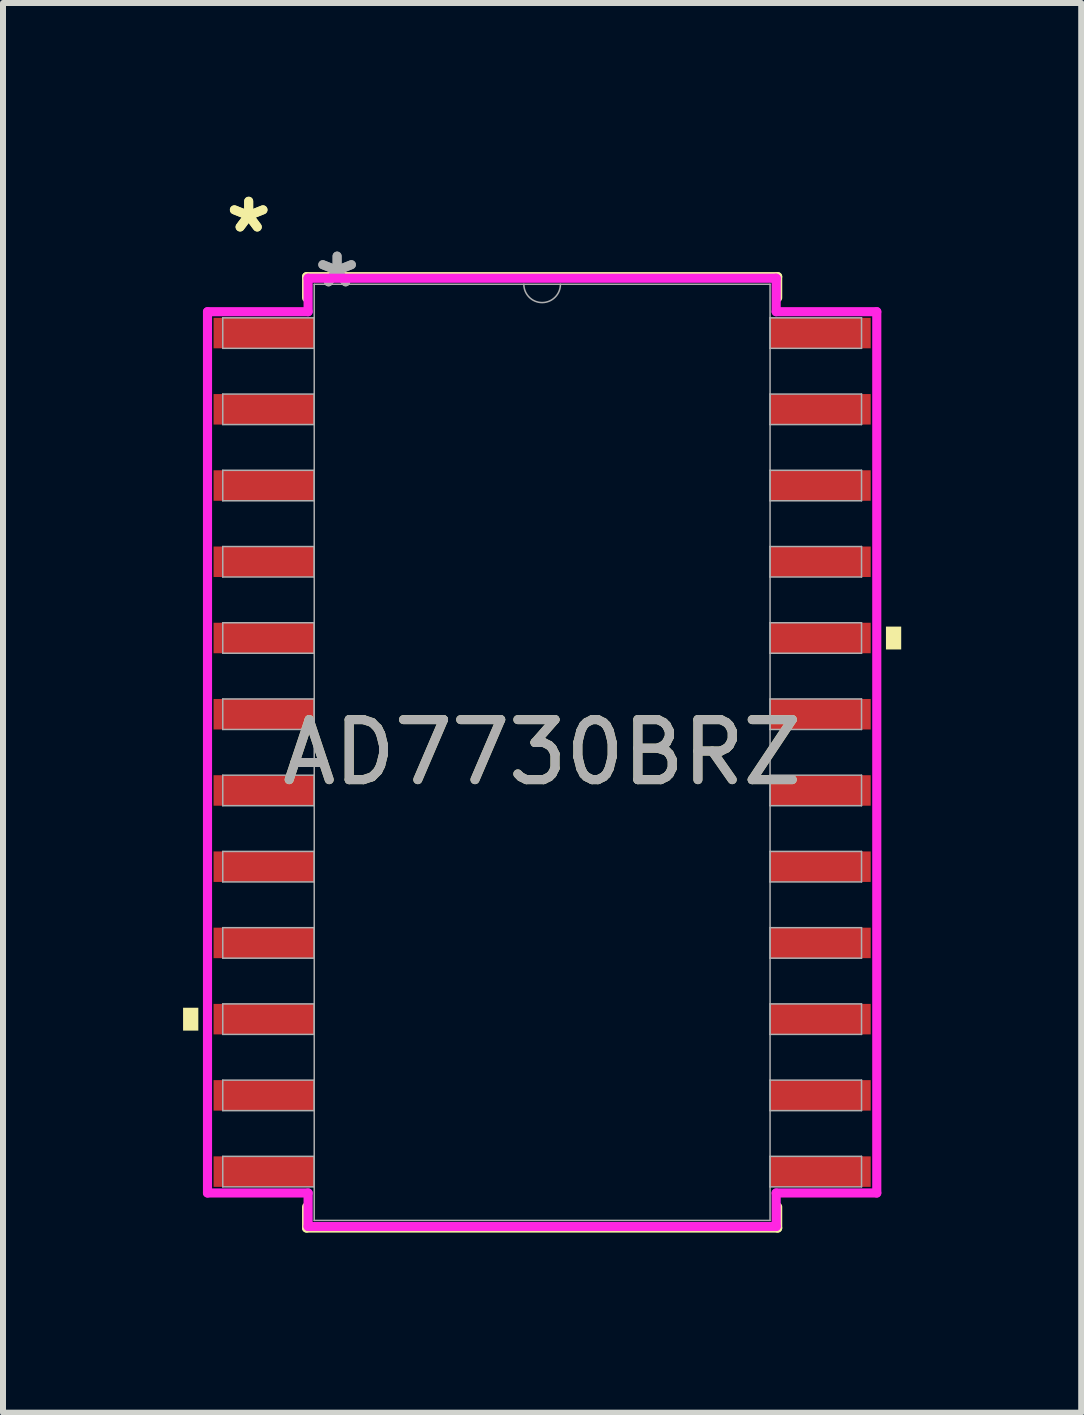
<source format=kicad_pcb>
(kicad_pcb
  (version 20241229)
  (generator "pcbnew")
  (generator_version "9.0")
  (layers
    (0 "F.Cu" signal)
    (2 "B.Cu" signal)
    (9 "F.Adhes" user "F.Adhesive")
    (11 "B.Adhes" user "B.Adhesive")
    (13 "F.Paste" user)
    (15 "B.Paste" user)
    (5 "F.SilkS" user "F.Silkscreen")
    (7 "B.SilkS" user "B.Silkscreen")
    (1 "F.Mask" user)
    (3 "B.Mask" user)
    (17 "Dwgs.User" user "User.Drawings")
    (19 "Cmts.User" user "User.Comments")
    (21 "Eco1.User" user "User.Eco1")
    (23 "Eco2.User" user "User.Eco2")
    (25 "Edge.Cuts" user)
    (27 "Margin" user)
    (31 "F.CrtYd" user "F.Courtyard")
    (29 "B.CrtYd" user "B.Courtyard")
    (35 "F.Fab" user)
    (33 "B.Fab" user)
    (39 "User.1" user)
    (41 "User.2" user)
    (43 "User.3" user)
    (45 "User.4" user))
  (footprint "AD7730BRZ"
    (layer "F.Cu")
    (at 5.982 9.484)
    (property "Reference" "AD7730BRZ" (at 0 0 0) (unlocked yes) (layer "F.SilkS") (effects (font (size 1 1) (thickness 0.15))))
    (attr smd)
    (fp_line (start -3.924 -7.925) (end -3.924 -7.572) (stroke (width 0.152) (type solid)) (layer "F.SilkS"))
    (fp_line (start -3.924 7.572) (end -3.924 7.925) (stroke (width 0.152) (type solid)) (layer "F.SilkS"))
    (fp_line (start -3.924 7.925) (end 3.924 7.925) (stroke (width 0.152) (type solid)) (layer "F.SilkS"))
    (fp_line (start 3.924 -7.925) (end -3.924 -7.925) (stroke (width 0.152) (type solid)) (layer "F.SilkS"))
    (fp_line (start 3.924 -7.572) (end 3.924 -7.925) (stroke (width 0.152) (type solid)) (layer "F.SilkS"))
    (fp_line (start 3.924 7.925) (end 3.924 7.572) (stroke (width 0.152) (type solid)) (layer "F.SilkS"))
    (fp_poly (pts (xy -5.982 4.255) (xy -5.982 4.636) (xy -5.728 4.636) (xy -5.728 4.255)) (stroke (width 0) (type solid)) (fill yes) (layer "F.SilkS"))
    (fp_poly (pts (xy 5.982 -2.095) (xy 5.982 -1.714) (xy 5.728 -1.714) (xy 5.728 -2.095)) (stroke (width 0) (type solid)) (fill yes) (layer "F.SilkS"))
    (fp_line (start -5.575 -7.341) (end -3.899 -7.341) (stroke (width 0.152) (type solid)) (layer "F.CrtYd"))
    (fp_line (start -5.575 7.341) (end -5.575 -7.341) (stroke (width 0.152) (type solid)) (layer "F.CrtYd"))
    (fp_line (start -5.575 7.341) (end -3.899 7.341) (stroke (width 0.152) (type solid)) (layer "F.CrtYd"))
    (fp_line (start -3.899 -7.899) (end 3.899 -7.899) (stroke (width 0.152) (type solid)) (layer "F.CrtYd"))
    (fp_line (start -3.899 -7.341) (end -3.899 -7.899) (stroke (width 0.152) (type solid)) (layer "F.CrtYd"))
    (fp_line (start -3.899 7.899) (end -3.899 7.341) (stroke (width 0.152) (type solid)) (layer "F.CrtYd"))
    (fp_line (start 3.899 -7.899) (end 3.899 -7.341) (stroke (width 0.152) (type solid)) (layer "F.CrtYd"))
    (fp_line (start 3.899 7.341) (end 3.899 7.899) (stroke (width 0.152) (type solid)) (layer "F.CrtYd"))
    (fp_line (start 3.899 7.899) (end -3.899 7.899) (stroke (width 0.152) (type solid)) (layer "F.CrtYd"))
    (fp_line (start 5.575 -7.341) (end 3.899 -7.341) (stroke (width 0.152) (type solid)) (layer "F.CrtYd"))
    (fp_line (start 5.575 -7.341) (end 5.575 7.341) (stroke (width 0.152) (type solid)) (layer "F.CrtYd"))
    (fp_line (start 5.575 7.341) (end 3.899 7.341) (stroke (width 0.152) (type solid)) (layer "F.CrtYd"))
    (fp_line (start -5.321 -7.239) (end -5.321 -6.731) (stroke (width 0.025) (type solid)) (layer "F.Fab"))
    (fp_line (start -5.321 -6.731) (end -3.797 -6.731) (stroke (width 0.025) (type solid)) (layer "F.Fab"))
    (fp_line (start -5.321 -5.969) (end -5.321 -5.461) (stroke (width 0.025) (type solid)) (layer "F.Fab"))
    (fp_line (start -5.321 -5.461) (end -3.797 -5.461) (stroke (width 0.025) (type solid)) (layer "F.Fab"))
    (fp_line (start -5.321 -4.699) (end -5.321 -4.191) (stroke (width 0.025) (type solid)) (layer "F.Fab"))
    (fp_line (start -5.321 -4.191) (end -3.797 -4.191) (stroke (width 0.025) (type solid)) (layer "F.Fab"))
    (fp_line (start -5.321 -3.429) (end -5.321 -2.921) (stroke (width 0.025) (type solid)) (layer "F.Fab"))
    (fp_line (start -5.321 -2.921) (end -3.797 -2.921) (stroke (width 0.025) (type solid)) (layer "F.Fab"))
    (fp_line (start -5.321 -2.159) (end -5.321 -1.651) (stroke (width 0.025) (type solid)) (layer "F.Fab"))
    (fp_line (start -5.321 -1.651) (end -3.797 -1.651) (stroke (width 0.025) (type solid)) (layer "F.Fab"))
    (fp_line (start -5.321 -0.889) (end -5.321 -0.381) (stroke (width 0.025) (type solid)) (layer "F.Fab"))
    (fp_line (start -5.321 -0.381) (end -3.797 -0.381) (stroke (width 0.025) (type solid)) (layer "F.Fab"))
    (fp_line (start -5.321 0.381) (end -5.321 0.889) (stroke (width 0.025) (type solid)) (layer "F.Fab"))
    (fp_line (start -5.321 0.889) (end -3.797 0.889) (stroke (width 0.025) (type solid)) (layer "F.Fab"))
    (fp_line (start -5.321 1.651) (end -5.321 2.159) (stroke (width 0.025) (type solid)) (layer "F.Fab"))
    (fp_line (start -5.321 2.159) (end -3.797 2.159) (stroke (width 0.025) (type solid)) (layer "F.Fab"))
    (fp_line (start -5.321 2.921) (end -5.321 3.429) (stroke (width 0.025) (type solid)) (layer "F.Fab"))
    (fp_line (start -5.321 3.429) (end -3.797 3.429) (stroke (width 0.025) (type solid)) (layer "F.Fab"))
    (fp_line (start -5.321 4.191) (end -5.321 4.699) (stroke (width 0.025) (type solid)) (layer "F.Fab"))
    (fp_line (start -5.321 4.699) (end -3.797 4.699) (stroke (width 0.025) (type solid)) (layer "F.Fab"))
    (fp_line (start -5.321 5.461) (end -5.321 5.969) (stroke (width 0.025) (type solid)) (layer "F.Fab"))
    (fp_line (start -5.321 5.969) (end -3.797 5.969) (stroke (width 0.025) (type solid)) (layer "F.Fab"))
    (fp_line (start -5.321 6.731) (end -5.321 7.239) (stroke (width 0.025) (type solid)) (layer "F.Fab"))
    (fp_line (start -5.321 7.239) (end -3.797 7.239) (stroke (width 0.025) (type solid)) (layer "F.Fab"))
    (fp_line (start -3.797 -7.798) (end -3.797 7.798) (stroke (width 0.025) (type solid)) (layer "F.Fab"))
    (fp_line (start -3.797 -7.239) (end -5.321 -7.239) (stroke (width 0.025) (type solid)) (layer "F.Fab"))
    (fp_line (start -3.797 -6.731) (end -3.797 -7.239) (stroke (width 0.025) (type solid)) (layer "F.Fab"))
    (fp_line (start -3.797 -5.969) (end -5.321 -5.969) (stroke (width 0.025) (type solid)) (layer "F.Fab"))
    (fp_line (start -3.797 -5.461) (end -3.797 -5.969) (stroke (width 0.025) (type solid)) (layer "F.Fab"))
    (fp_line (start -3.797 -4.699) (end -5.321 -4.699) (stroke (width 0.025) (type solid)) (layer "F.Fab"))
    (fp_line (start -3.797 -4.191) (end -3.797 -4.699) (stroke (width 0.025) (type solid)) (layer "F.Fab"))
    (fp_line (start -3.797 -3.429) (end -5.321 -3.429) (stroke (width 0.025) (type solid)) (layer "F.Fab"))
    (fp_line (start -3.797 -2.921) (end -3.797 -3.429) (stroke (width 0.025) (type solid)) (layer "F.Fab"))
    (fp_line (start -3.797 -2.159) (end -5.321 -2.159) (stroke (width 0.025) (type solid)) (layer "F.Fab"))
    (fp_line (start -3.797 -1.651) (end -3.797 -2.159) (stroke (width 0.025) (type solid)) (layer "F.Fab"))
    (fp_line (start -3.797 -0.889) (end -5.321 -0.889) (stroke (width 0.025) (type solid)) (layer "F.Fab"))
    (fp_line (start -3.797 -0.381) (end -3.797 -0.889) (stroke (width 0.025) (type solid)) (layer "F.Fab"))
    (fp_line (start -3.797 0.381) (end -5.321 0.381) (stroke (width 0.025) (type solid)) (layer "F.Fab"))
    (fp_line (start -3.797 0.889) (end -3.797 0.381) (stroke (width 0.025) (type solid)) (layer "F.Fab"))
    (fp_line (start -3.797 1.651) (end -5.321 1.651) (stroke (width 0.025) (type solid)) (layer "F.Fab"))
    (fp_line (start -3.797 2.159) (end -3.797 1.651) (stroke (width 0.025) (type solid)) (layer "F.Fab"))
    (fp_line (start -3.797 2.921) (end -5.321 2.921) (stroke (width 0.025) (type solid)) (layer "F.Fab"))
    (fp_line (start -3.797 3.429) (end -3.797 2.921) (stroke (width 0.025) (type solid)) (layer "F.Fab"))
    (fp_line (start -3.797 4.191) (end -5.321 4.191) (stroke (width 0.025) (type solid)) (layer "F.Fab"))
    (fp_line (start -3.797 4.699) (end -3.797 4.191) (stroke (width 0.025) (type solid)) (layer "F.Fab"))
    (fp_line (start -3.797 5.461) (end -5.321 5.461) (stroke (width 0.025) (type solid)) (layer "F.Fab"))
    (fp_line (start -3.797 5.969) (end -3.797 5.461) (stroke (width 0.025) (type solid)) (layer "F.Fab"))
    (fp_line (start -3.797 6.731) (end -5.321 6.731) (stroke (width 0.025) (type solid)) (layer "F.Fab"))
    (fp_line (start -3.797 7.239) (end -3.797 6.731) (stroke (width 0.025) (type solid)) (layer "F.Fab"))
    (fp_line (start -3.797 7.798) (end 3.797 7.798) (stroke (width 0.025) (type solid)) (layer "F.Fab"))
    (fp_line (start 3.797 -7.798) (end -3.797 -7.798) (stroke (width 0.025) (type solid)) (layer "F.Fab"))
    (fp_line (start 3.797 -7.239) (end 3.797 -6.731) (stroke (width 0.025) (type solid)) (layer "F.Fab"))
    (fp_line (start 3.797 -6.731) (end 5.321 -6.731) (stroke (width 0.025) (type solid)) (layer "F.Fab"))
    (fp_line (start 3.797 -5.969) (end 3.797 -5.461) (stroke (width 0.025) (type solid)) (layer "F.Fab"))
    (fp_line (start 3.797 -5.461) (end 5.321 -5.461) (stroke (width 0.025) (type solid)) (layer "F.Fab"))
    (fp_line (start 3.797 -4.699) (end 3.797 -4.191) (stroke (width 0.025) (type solid)) (layer "F.Fab"))
    (fp_line (start 3.797 -4.191) (end 5.321 -4.191) (stroke (width 0.025) (type solid)) (layer "F.Fab"))
    (fp_line (start 3.797 -3.429) (end 3.797 -2.921) (stroke (width 0.025) (type solid)) (layer "F.Fab"))
    (fp_line (start 3.797 -2.921) (end 5.321 -2.921) (stroke (width 0.025) (type solid)) (layer "F.Fab"))
    (fp_line (start 3.797 -2.159) (end 3.797 -1.651) (stroke (width 0.025) (type solid)) (layer "F.Fab"))
    (fp_line (start 3.797 -1.651) (end 5.321 -1.651) (stroke (width 0.025) (type solid)) (layer "F.Fab"))
    (fp_line (start 3.797 -0.889) (end 3.797 -0.381) (stroke (width 0.025) (type solid)) (layer "F.Fab"))
    (fp_line (start 3.797 -0.381) (end 5.321 -0.381) (stroke (width 0.025) (type solid)) (layer "F.Fab"))
    (fp_line (start 3.797 0.381) (end 3.797 0.889) (stroke (width 0.025) (type solid)) (layer "F.Fab"))
    (fp_line (start 3.797 0.889) (end 5.321 0.889) (stroke (width 0.025) (type solid)) (layer "F.Fab"))
    (fp_line (start 3.797 1.651) (end 3.797 2.159) (stroke (width 0.025) (type solid)) (layer "F.Fab"))
    (fp_line (start 3.797 2.159) (end 5.321 2.159) (stroke (width 0.025) (type solid)) (layer "F.Fab"))
    (fp_line (start 3.797 2.921) (end 3.797 3.429) (stroke (width 0.025) (type solid)) (layer "F.Fab"))
    (fp_line (start 3.797 3.429) (end 5.321 3.429) (stroke (width 0.025) (type solid)) (layer "F.Fab"))
    (fp_line (start 3.797 4.191) (end 3.797 4.699) (stroke (width 0.025) (type solid)) (layer "F.Fab"))
    (fp_line (start 3.797 4.699) (end 5.321 4.699) (stroke (width 0.025) (type solid)) (layer "F.Fab"))
    (fp_line (start 3.797 5.461) (end 3.797 5.969) (stroke (width 0.025) (type solid)) (layer "F.Fab"))
    (fp_line (start 3.797 5.969) (end 5.321 5.969) (stroke (width 0.025) (type solid)) (layer "F.Fab"))
    (fp_line (start 3.797 6.731) (end 3.797 7.239) (stroke (width 0.025) (type solid)) (layer "F.Fab"))
    (fp_line (start 3.797 7.239) (end 5.321 7.239) (stroke (width 0.025) (type solid)) (layer "F.Fab"))
    (fp_line (start 3.797 7.798) (end 3.797 -7.798) (stroke (width 0.025) (type solid)) (layer "F.Fab"))
    (fp_line (start 5.321 -7.239) (end 3.797 -7.239) (stroke (width 0.025) (type solid)) (layer "F.Fab"))
    (fp_line (start 5.321 -6.731) (end 5.321 -7.239) (stroke (width 0.025) (type solid)) (layer "F.Fab"))
    (fp_line (start 5.321 -5.969) (end 3.797 -5.969) (stroke (width 0.025) (type solid)) (layer "F.Fab"))
    (fp_line (start 5.321 -5.461) (end 5.321 -5.969) (stroke (width 0.025) (type solid)) (layer "F.Fab"))
    (fp_line (start 5.321 -4.699) (end 3.797 -4.699) (stroke (width 0.025) (type solid)) (layer "F.Fab"))
    (fp_line (start 5.321 -4.191) (end 5.321 -4.699) (stroke (width 0.025) (type solid)) (layer "F.Fab"))
    (fp_line (start 5.321 -3.429) (end 3.797 -3.429) (stroke (width 0.025) (type solid)) (layer "F.Fab"))
    (fp_line (start 5.321 -2.921) (end 5.321 -3.429) (stroke (width 0.025) (type solid)) (layer "F.Fab"))
    (fp_line (start 5.321 -2.159) (end 3.797 -2.159) (stroke (width 0.025) (type solid)) (layer "F.Fab"))
    (fp_line (start 5.321 -1.651) (end 5.321 -2.159) (stroke (width 0.025) (type solid)) (layer "F.Fab"))
    (fp_line (start 5.321 -0.889) (end 3.797 -0.889) (stroke (width 0.025) (type solid)) (layer "F.Fab"))
    (fp_line (start 5.321 -0.381) (end 5.321 -0.889) (stroke (width 0.025) (type solid)) (layer "F.Fab"))
    (fp_line (start 5.321 0.381) (end 3.797 0.381) (stroke (width 0.025) (type solid)) (layer "F.Fab"))
    (fp_line (start 5.321 0.889) (end 5.321 0.381) (stroke (width 0.025) (type solid)) (layer "F.Fab"))
    (fp_line (start 5.321 1.651) (end 3.797 1.651) (stroke (width 0.025) (type solid)) (layer "F.Fab"))
    (fp_line (start 5.321 2.159) (end 5.321 1.651) (stroke (width 0.025) (type solid)) (layer "F.Fab"))
    (fp_line (start 5.321 2.921) (end 3.797 2.921) (stroke (width 0.025) (type solid)) (layer "F.Fab"))
    (fp_line (start 5.321 3.429) (end 5.321 2.921) (stroke (width 0.025) (type solid)) (layer "F.Fab"))
    (fp_line (start 5.321 4.191) (end 3.797 4.191) (stroke (width 0.025) (type solid)) (layer "F.Fab"))
    (fp_line (start 5.321 4.699) (end 5.321 4.191) (stroke (width 0.025) (type solid)) (layer "F.Fab"))
    (fp_line (start 5.321 5.461) (end 3.797 5.461) (stroke (width 0.025) (type solid)) (layer "F.Fab"))
    (fp_line (start 5.321 5.969) (end 5.321 5.461) (stroke (width 0.025) (type solid)) (layer "F.Fab"))
    (fp_line (start 5.321 6.731) (end 3.797 6.731) (stroke (width 0.025) (type solid)) (layer "F.Fab"))
    (fp_line (start 5.321 7.239) (end 5.321 6.731) (stroke (width 0.025) (type solid)) (layer "F.Fab"))
    (fp_arc (start 0.3048 -7.7978) (mid 0 -7.493) (end -0.3048 -7.7978) (stroke (width 0.0254) (type solid)) (layer "F.Fab"))
    (fp_text user "*" (at -4.889 -8.636 0) (layer "F.SilkS") (effects (font (size 1 1) (thickness 0.15))))
    (fp_text user "*" (at -4.889 -8.636 0) (unlocked yes) (layer "F.SilkS") (effects (font (size 1 1) (thickness 0.15))))
    (fp_text user "${REFERENCE}" (at 0 0 0) (unlocked yes) (layer "F.Fab") (effects (font (size 1 1) (thickness 0.15))))
    (fp_text user "*" (at -3.416 -7.722 0) (layer "F.Fab") (effects (font (size 1 1) (thickness 0.15))))
    (fp_text user "*" (at -3.416 -7.722 0) (unlocked yes) (layer "F.Fab") (effects (font (size 1 1) (thickness 0.15))))
    (pad "1" smd rect (at -4.636 -6.985) (size 1.676 0.508) (layers "F.Cu" "F.Mask" "F.Paste"))
    (pad "2" smd rect (at -4.636 -5.715) (size 1.676 0.508) (layers "F.Cu" "F.Mask" "F.Paste"))
    (pad "3" smd rect (at -4.636 -4.445) (size 1.676 0.508) (layers "F.Cu" "F.Mask" "F.Paste"))
    (pad "4" smd rect (at -4.636 -3.175) (size 1.676 0.508) (layers "F.Cu" "F.Mask" "F.Paste"))
    (pad "5" smd rect (at -4.636 -1.905) (size 1.676 0.508) (layers "F.Cu" "F.Mask" "F.Paste"))
    (pad "6" smd rect (at -4.636 -0.635) (size 1.676 0.508) (layers "F.Cu" "F.Mask" "F.Paste"))
    (pad "7" smd rect (at -4.636 0.635) (size 1.676 0.508) (layers "F.Cu" "F.Mask" "F.Paste"))
    (pad "8" smd rect (at -4.636 1.905) (size 1.676 0.508) (layers "F.Cu" "F.Mask" "F.Paste"))
    (pad "9" smd rect (at -4.636 3.175) (size 1.676 0.508) (layers "F.Cu" "F.Mask" "F.Paste"))
    (pad "10" smd rect (at -4.636 4.445) (size 1.676 0.508) (layers "F.Cu" "F.Mask" "F.Paste"))
    (pad "11" smd rect (at -4.636 5.715) (size 1.676 0.508) (layers "F.Cu" "F.Mask" "F.Paste"))
    (pad "12" smd rect (at -4.636 6.985) (size 1.676 0.508) (layers "F.Cu" "F.Mask" "F.Paste"))
    (pad "13" smd rect (at 4.636 6.985) (size 1.676 0.508) (layers "F.Cu" "F.Mask" "F.Paste"))
    (pad "14" smd rect (at 4.636 5.715) (size 1.676 0.508) (layers "F.Cu" "F.Mask" "F.Paste"))
    (pad "15" smd rect (at 4.636 4.445) (size 1.676 0.508) (layers "F.Cu" "F.Mask" "F.Paste"))
    (pad "16" smd rect (at 4.636 3.175) (size 1.676 0.508) (layers "F.Cu" "F.Mask" "F.Paste"))
    (pad "17" smd rect (at 4.636 1.905) (size 1.676 0.508) (layers "F.Cu" "F.Mask" "F.Paste"))
    (pad "18" smd rect (at 4.636 0.635) (size 1.676 0.508) (layers "F.Cu" "F.Mask" "F.Paste"))
    (pad "19" smd rect (at 4.636 -0.635) (size 1.676 0.508) (layers "F.Cu" "F.Mask" "F.Paste"))
    (pad "20" smd rect (at 4.636 -1.905) (size 1.676 0.508) (layers "F.Cu" "F.Mask" "F.Paste"))
    (pad "21" smd rect (at 4.636 -3.175) (size 1.676 0.508) (layers "F.Cu" "F.Mask" "F.Paste"))
    (pad "22" smd rect (at 4.636 -4.445) (size 1.676 0.508) (layers "F.Cu" "F.Mask" "F.Paste"))
    (pad "23" smd rect (at 4.636 -5.715) (size 1.676 0.508) (layers "F.Cu" "F.Mask" "F.Paste"))
    (pad "24" smd rect (at 4.636 -6.985) (size 1.676 0.508) (layers "F.Cu" "F.Mask" "F.Paste")))
  (gr_rect
    (start -3 -3)
    (end 14.963 20.485)
    (stroke (width 0.1) (type default))
    (fill no)
    (layer "Edge.Cuts")))
</source>
